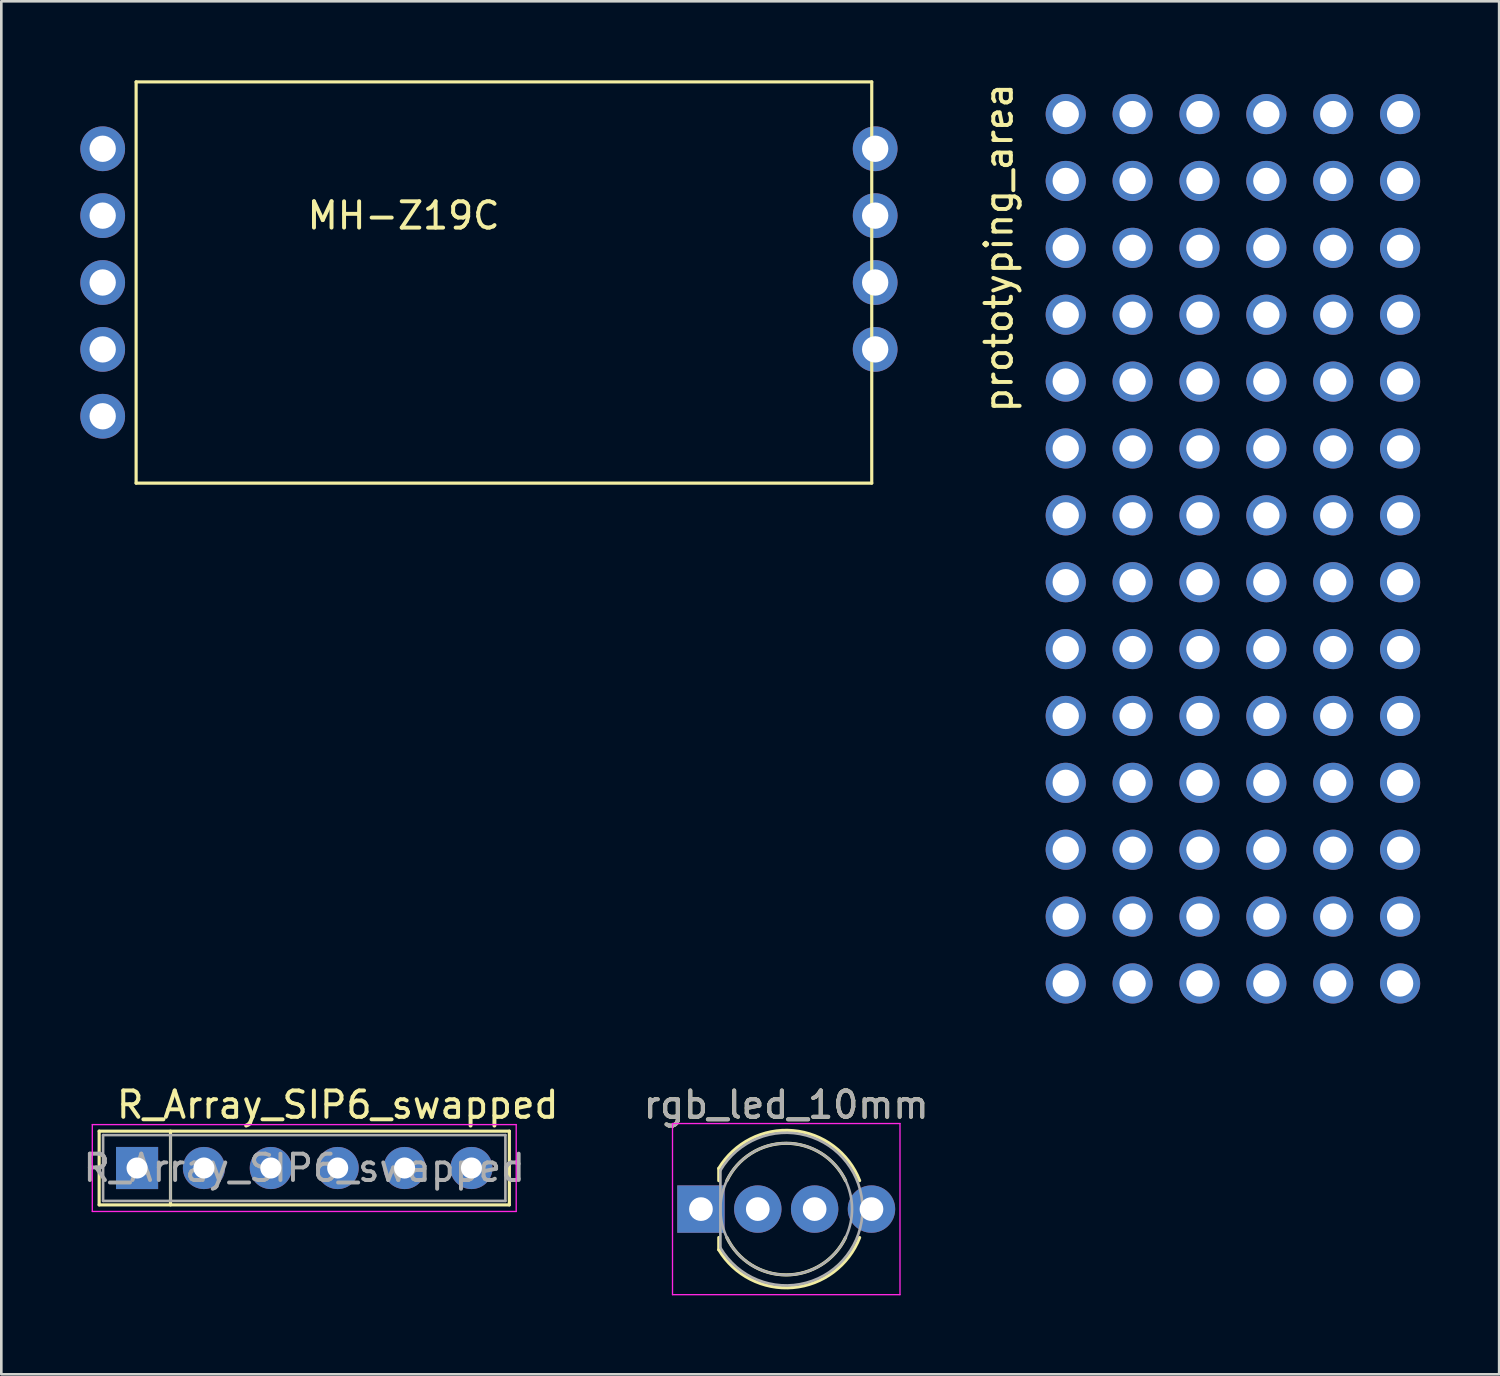
<source format=kicad_pcb>
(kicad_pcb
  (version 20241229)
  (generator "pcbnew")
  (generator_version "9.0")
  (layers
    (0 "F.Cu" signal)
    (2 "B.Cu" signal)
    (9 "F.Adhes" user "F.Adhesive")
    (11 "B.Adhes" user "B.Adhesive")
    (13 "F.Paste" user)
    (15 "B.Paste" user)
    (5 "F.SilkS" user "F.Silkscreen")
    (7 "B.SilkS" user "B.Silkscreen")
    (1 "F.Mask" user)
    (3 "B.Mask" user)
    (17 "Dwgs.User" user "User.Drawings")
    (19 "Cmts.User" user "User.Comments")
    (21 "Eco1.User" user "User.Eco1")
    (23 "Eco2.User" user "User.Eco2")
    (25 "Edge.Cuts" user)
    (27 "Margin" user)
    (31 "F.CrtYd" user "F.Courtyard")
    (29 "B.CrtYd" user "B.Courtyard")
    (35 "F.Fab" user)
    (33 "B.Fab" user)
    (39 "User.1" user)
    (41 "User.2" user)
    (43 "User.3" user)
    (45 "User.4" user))
  (footprint "R_Array_SIP6_swapped"
    (layer "F.Cu")
    (at 2.156 41.313)
    (property "Reference" "R_Array_SIP6_swapped" (at 7.62 -2.4 0) (layer "F.SilkS") (effects (font (size 1 1) (thickness 0.15))))
    (attr through_hole)
    (fp_line (start -1.44 -1.4) (end -1.44 1.4) (stroke (width 0.12) (type solid)) (layer "F.SilkS"))
    (fp_line (start -1.44 1.4) (end 14.14 1.4) (stroke (width 0.12) (type solid)) (layer "F.SilkS"))
    (fp_line (start 1.27 -1.4) (end 1.27 1.4) (stroke (width 0.12) (type solid)) (layer "F.SilkS"))
    (fp_line (start 14.14 -1.4) (end -1.44 -1.4) (stroke (width 0.12) (type solid)) (layer "F.SilkS"))
    (fp_line (start 14.14 1.4) (end 14.14 -1.4) (stroke (width 0.12) (type solid)) (layer "F.SilkS"))
    (fp_line (start -1.7 -1.65) (end -1.7 1.65) (stroke (width 0.05) (type solid)) (layer "F.CrtYd"))
    (fp_line (start -1.7 1.65) (end 14.4 1.65) (stroke (width 0.05) (type solid)) (layer "F.CrtYd"))
    (fp_line (start 14.4 -1.65) (end -1.7 -1.65) (stroke (width 0.05) (type solid)) (layer "F.CrtYd"))
    (fp_line (start 14.4 1.65) (end 14.4 -1.65) (stroke (width 0.05) (type solid)) (layer "F.CrtYd"))
    (fp_line (start -1.29 -1.25) (end -1.29 1.25) (stroke (width 0.1) (type solid)) (layer "F.Fab"))
    (fp_line (start -1.29 1.25) (end 13.99 1.25) (stroke (width 0.1) (type solid)) (layer "F.Fab"))
    (fp_line (start 1.27 -1.25) (end 1.27 1.25) (stroke (width 0.1) (type solid)) (layer "F.Fab"))
    (fp_line (start 13.99 -1.25) (end -1.29 -1.25) (stroke (width 0.1) (type solid)) (layer "F.Fab"))
    (fp_line (start 13.99 1.25) (end 13.99 -1.25) (stroke (width 0.1) (type solid)) (layer "F.Fab"))
    (fp_text user "${REFERENCE}" (at 6.35 0 0) (layer "F.Fab") (effects (font (size 1 1) (thickness 0.15))))
    (pad "1" thru_hole rect (at 0 0) (size 1.6 1.6) (drill 0.8) (layers "*.Cu" "*.Mask"))
    (pad "2" thru_hole oval (at 5.08 0) (size 1.6 1.6) (drill 0.8) (layers "*.Cu" "*.Mask"))
    (pad "3" thru_hole oval (at 10.16 0) (size 1.6 1.6) (drill 0.8) (layers "*.Cu" "*.Mask"))
    (pad "4" thru_hole oval (at 12.7 0) (size 1.6 1.6) (drill 0.8) (layers "*.Cu" "*.Mask"))
    (pad "5" thru_hole oval (at 7.62 0) (size 1.6 1.6) (drill 0.8) (layers "*.Cu" "*.Mask"))
    (pad "6" thru_hole oval (at 2.54 0) (size 1.6 1.6) (drill 0.8) (layers "*.Cu" "*.Mask")))
  (footprint "rgb_led_10mm"
    (layer "F.Cu")
    (at 23.573 42.873)
    (property "Reference" "rgb_led_10mm" (at 3.239 -3.96 180) (layer "F.SilkS") (effects (font (size 1 1) (thickness 0.15))))
    (attr through_hole)
    (fp_line (start 0.678 -1.545) (end 0.678 -1.08) (stroke (width 0.12) (type solid)) (layer "F.SilkS"))
    (fp_line (start 0.678 1.08) (end 0.678 1.545) (stroke (width 0.12) (type solid)) (layer "F.SilkS"))
    (fp_arc (start 0.6785 -1.54483) (mid 3.496956 -2.978809) (end 6.026315 -1.080827) (stroke (width 0.12) (type solid)) (layer "F.SilkS"))
    (fp_arc (start 0.983816 -1.08) (mid 3.238262 -2.5) (end 5.492979 -1.080429) (stroke (width 0.12) (type solid)) (layer "F.SilkS"))
    (fp_arc (start 5.492979 1.080429) (mid 3.238262 2.5) (end 0.983816 1.08) (stroke (width 0.12) (type solid)) (layer "F.SilkS"))
    (fp_arc (start 6.026315 1.080827) (mid 3.496956 2.978808) (end 0.6785 1.54483) (stroke (width 0.12) (type solid)) (layer "F.SilkS"))
    (fp_line (start -1.08 -3.25) (end -1.08 3.25) (stroke (width 0.05) (type solid)) (layer "F.CrtYd"))
    (fp_line (start -1.08 3.25) (end 7.56 3.25) (stroke (width 0.05) (type solid)) (layer "F.CrtYd"))
    (fp_line (start 7.56 -3.25) (end -1.08 -3.25) (stroke (width 0.05) (type solid)) (layer "F.CrtYd"))
    (fp_line (start 7.56 3.25) (end 7.56 -3.25) (stroke (width 0.05) (type solid)) (layer "F.CrtYd"))
    (fp_line (start 0.739 -1.47) (end 0.739 1.47) (stroke (width 0.1) (type solid)) (layer "F.Fab"))
    (fp_arc (start 0.7385 -1.469694) (mid 6.1385 0.000016) (end 0.738484 1.469666) (stroke (width 0.1) (type solid)) (layer "F.Fab"))
    (fp_circle (center 3.239 0) (end 5.739 0) (stroke (width 0.1) (type solid)) (fill no) (layer "F.Fab"))
    (fp_text user "${REFERENCE}" (at 3.239 -3.96 180) (layer "F.Fab") (effects (font (size 1 1) (thickness 0.15))))
    (pad "1" thru_hole rect (at 0 0) (size 1.8 1.8) (drill 0.9) (layers "*.Cu" "*.Mask"))
    (pad "2" thru_hole circle (at 6.477 0) (size 1.8 1.8) (drill 0.9) (layers "*.Cu" "*.Mask"))
    (pad "3" thru_hole circle (at 4.318 0) (size 1.8 1.8) (drill 0.9) (layers "*.Cu" "*.Mask"))
    (pad "4" thru_hole circle (at 2.159 0) (size 1.8 1.8) (drill 0.9) (layers "*.Cu" "*.Mask")))
  (footprint "MH-Z19C"
    (layer "F.Cu")
    (at 0.85 2.6)
    (property "Reference" "MH-Z19C" (at 11.43 2.54 0) (layer "F.SilkS") (effects (font (size 1 1) (thickness 0.15))))
    (attr through_hole)
    (fp_line (start 1.27 -2.54) (end 29.21 -2.54) (stroke (width 0.12) (type solid)) (layer "F.SilkS"))
    (fp_line (start 1.27 12.7) (end 1.27 -2.54) (stroke (width 0.12) (type solid)) (layer "F.SilkS"))
    (fp_line (start 29.21 -2.54) (end 29.21 12.7) (stroke (width 0.12) (type solid)) (layer "F.SilkS"))
    (fp_line (start 29.21 12.7) (end 1.27 12.7) (stroke (width 0.12) (type solid)) (layer "F.SilkS"))
    (pad "1" thru_hole circle (at 0 0) (size 1.7 1.7) (drill 1) (layers "*.Cu" "*.Mask"))
    (pad "2" thru_hole circle (at 0 2.54) (size 1.7 1.7) (drill 1) (layers "*.Cu" "*.Mask"))
    (pad "3" thru_hole circle (at 0 5.08) (size 1.7 1.7) (drill 1) (layers "*.Cu" "*.Mask"))
    (pad "4" thru_hole circle (at 0 7.62) (size 1.7 1.7) (drill 1) (layers "*.Cu" "*.Mask"))
    (pad "5" thru_hole circle (at 0 10.16) (size 1.7 1.7) (drill 1) (layers "*.Cu" "*.Mask"))
    (pad "6" thru_hole circle (at 29.34 0) (size 1.7 1.7) (drill 1) (layers "*.Cu" "*.Mask"))
    (pad "7" thru_hole circle (at 29.34 2.54) (size 1.7 1.7) (drill 1) (layers "*.Cu" "*.Mask"))
    (pad "8" thru_hole circle (at 29.34 5.08) (size 1.7 1.7) (drill 1) (layers "*.Cu" "*.Mask"))
    (pad "9" thru_hole circle (at 29.34 7.62) (size 1.7 1.7) (drill 1) (layers "*.Cu" "*.Mask")))
  (footprint "prototyping_area"
    (layer "F.Cu")
    (at 39.968 3.823)
    (property "Reference" "prototyping_area" (at -5.08 2.54 90) (layer "F.SilkS") (effects (font (size 1 1) (thickness 0.15))))
    (attr through_hole)
    (pad "1" thru_hole circle (at -2.54 -2.54) (size 1.524 1.524) (drill 1) (layers "*.Cu" "*.Mask"))
    (pad "1" thru_hole circle (at -2.54 0) (size 1.524 1.524) (drill 1) (layers "*.Cu" "*.Mask"))
    (pad "1" thru_hole circle (at -2.54 2.54) (size 1.524 1.524) (drill 1) (layers "*.Cu" "*.Mask"))
    (pad "1" thru_hole circle (at -2.54 5.08) (size 1.524 1.524) (drill 1) (layers "*.Cu" "*.Mask"))
    (pad "1" thru_hole circle (at -2.54 7.62) (size 1.524 1.524) (drill 1) (layers "*.Cu" "*.Mask"))
    (pad "1" thru_hole circle (at -2.54 10.16) (size 1.524 1.524) (drill 1) (layers "*.Cu" "*.Mask"))
    (pad "1" thru_hole circle (at -2.54 12.7) (size 1.524 1.524) (drill 1) (layers "*.Cu" "*.Mask"))
    (pad "1" thru_hole circle (at -2.54 15.24) (size 1.524 1.524) (drill 1) (layers "*.Cu" "*.Mask"))
    (pad "1" thru_hole circle (at -2.54 17.78) (size 1.524 1.524) (drill 1) (layers "*.Cu" "*.Mask"))
    (pad "1" thru_hole circle (at -2.54 20.32) (size 1.524 1.524) (drill 1) (layers "*.Cu" "*.Mask"))
    (pad "1" thru_hole circle (at -2.54 22.86) (size 1.524 1.524) (drill 1) (layers "*.Cu" "*.Mask"))
    (pad "1" thru_hole circle (at -2.54 25.4) (size 1.524 1.524) (drill 1) (layers "*.Cu" "*.Mask"))
    (pad "1" thru_hole circle (at -2.54 27.94) (size 1.524 1.524) (drill 1) (layers "*.Cu" "*.Mask"))
    (pad "1" thru_hole circle (at -2.54 30.48) (size 1.524 1.524) (drill 1) (layers "*.Cu" "*.Mask"))
    (pad "1" thru_hole circle (at 0 -2.54) (size 1.524 1.524) (drill 1) (layers "*.Cu" "*.Mask"))
    (pad "1" thru_hole circle (at 0 0) (size 1.524 1.524) (drill 1) (layers "*.Cu" "*.Mask"))
    (pad "1" thru_hole circle (at 0 2.54) (size 1.524 1.524) (drill 1) (layers "*.Cu" "*.Mask"))
    (pad "1" thru_hole circle (at 0 5.08) (size 1.524 1.524) (drill 1) (layers "*.Cu" "*.Mask"))
    (pad "1" thru_hole circle (at 0 7.62) (size 1.524 1.524) (drill 1) (layers "*.Cu" "*.Mask"))
    (pad "1" thru_hole circle (at 0 10.16) (size 1.524 1.524) (drill 1) (layers "*.Cu" "*.Mask"))
    (pad "1" thru_hole circle (at 0 12.7) (size 1.524 1.524) (drill 1) (layers "*.Cu" "*.Mask"))
    (pad "1" thru_hole circle (at 0 15.24) (size 1.524 1.524) (drill 1) (layers "*.Cu" "*.Mask"))
    (pad "1" thru_hole circle (at 0 17.78) (size 1.524 1.524) (drill 1) (layers "*.Cu" "*.Mask"))
    (pad "1" thru_hole circle (at 0 20.32) (size 1.524 1.524) (drill 1) (layers "*.Cu" "*.Mask"))
    (pad "1" thru_hole circle (at 0 22.86) (size 1.524 1.524) (drill 1) (layers "*.Cu" "*.Mask"))
    (pad "1" thru_hole circle (at 0 25.4) (size 1.524 1.524) (drill 1) (layers "*.Cu" "*.Mask"))
    (pad "1" thru_hole circle (at 0 27.94) (size 1.524 1.524) (drill 1) (layers "*.Cu" "*.Mask"))
    (pad "1" thru_hole circle (at 0 30.48) (size 1.524 1.524) (drill 1) (layers "*.Cu" "*.Mask"))
    (pad "1" thru_hole circle (at 2.54 -2.54) (size 1.524 1.524) (drill 1) (layers "*.Cu" "*.Mask"))
    (pad "1" thru_hole circle (at 2.54 0) (size 1.524 1.524) (drill 1) (layers "*.Cu" "*.Mask"))
    (pad "1" thru_hole circle (at 2.54 2.54) (size 1.524 1.524) (drill 1) (layers "*.Cu" "*.Mask"))
    (pad "1" thru_hole circle (at 2.54 5.08) (size 1.524 1.524) (drill 1) (layers "*.Cu" "*.Mask"))
    (pad "1" thru_hole circle (at 2.54 7.62) (size 1.524 1.524) (drill 1) (layers "*.Cu" "*.Mask"))
    (pad "1" thru_hole circle (at 2.54 10.16) (size 1.524 1.524) (drill 1) (layers "*.Cu" "*.Mask"))
    (pad "1" thru_hole circle (at 2.54 12.7) (size 1.524 1.524) (drill 1) (layers "*.Cu" "*.Mask"))
    (pad "1" thru_hole circle (at 2.54 15.24) (size 1.524 1.524) (drill 1) (layers "*.Cu" "*.Mask"))
    (pad "1" thru_hole circle (at 2.54 17.78) (size 1.524 1.524) (drill 1) (layers "*.Cu" "*.Mask"))
    (pad "1" thru_hole circle (at 2.54 20.32) (size 1.524 1.524) (drill 1) (layers "*.Cu" "*.Mask"))
    (pad "1" thru_hole circle (at 2.54 22.86) (size 1.524 1.524) (drill 1) (layers "*.Cu" "*.Mask"))
    (pad "1" thru_hole circle (at 2.54 25.4) (size 1.524 1.524) (drill 1) (layers "*.Cu" "*.Mask"))
    (pad "1" thru_hole circle (at 2.54 27.94) (size 1.524 1.524) (drill 1) (layers "*.Cu" "*.Mask"))
    (pad "1" thru_hole circle (at 2.54 30.48) (size 1.524 1.524) (drill 1) (layers "*.Cu" "*.Mask"))
    (pad "1" thru_hole circle (at 5.08 -2.54) (size 1.524 1.524) (drill 1) (layers "*.Cu" "*.Mask"))
    (pad "1" thru_hole circle (at 5.08 0) (size 1.524 1.524) (drill 1) (layers "*.Cu" "*.Mask"))
    (pad "1" thru_hole circle (at 5.08 2.54) (size 1.524 1.524) (drill 1) (layers "*.Cu" "*.Mask"))
    (pad "1" thru_hole circle (at 5.08 5.08) (size 1.524 1.524) (drill 1) (layers "*.Cu" "*.Mask"))
    (pad "1" thru_hole circle (at 5.08 7.62) (size 1.524 1.524) (drill 1) (layers "*.Cu" "*.Mask"))
    (pad "1" thru_hole circle (at 5.08 10.16) (size 1.524 1.524) (drill 1) (layers "*.Cu" "*.Mask"))
    (pad "1" thru_hole circle (at 5.08 12.7) (size 1.524 1.524) (drill 1) (layers "*.Cu" "*.Mask"))
    (pad "1" thru_hole circle (at 5.08 15.24) (size 1.524 1.524) (drill 1) (layers "*.Cu" "*.Mask"))
    (pad "1" thru_hole circle (at 5.08 17.78) (size 1.524 1.524) (drill 1) (layers "*.Cu" "*.Mask"))
    (pad "1" thru_hole circle (at 5.08 20.32) (size 1.524 1.524) (drill 1) (layers "*.Cu" "*.Mask"))
    (pad "1" thru_hole circle (at 5.08 22.86) (size 1.524 1.524) (drill 1) (layers "*.Cu" "*.Mask"))
    (pad "1" thru_hole circle (at 5.08 25.4) (size 1.524 1.524) (drill 1) (layers "*.Cu" "*.Mask"))
    (pad "1" thru_hole circle (at 5.08 27.94) (size 1.524 1.524) (drill 1) (layers "*.Cu" "*.Mask"))
    (pad "1" thru_hole circle (at 5.08 30.48) (size 1.524 1.524) (drill 1) (layers "*.Cu" "*.Mask"))
    (pad "1" thru_hole circle (at 7.62 -2.54) (size 1.524 1.524) (drill 1) (layers "*.Cu" "*.Mask"))
    (pad "1" thru_hole circle (at 7.62 0) (size 1.524 1.524) (drill 1) (layers "*.Cu" "*.Mask"))
    (pad "1" thru_hole circle (at 7.62 2.54) (size 1.524 1.524) (drill 1) (layers "*.Cu" "*.Mask"))
    (pad "1" thru_hole circle (at 7.62 5.08) (size 1.524 1.524) (drill 1) (layers "*.Cu" "*.Mask"))
    (pad "1" thru_hole circle (at 7.62 7.62) (size 1.524 1.524) (drill 1) (layers "*.Cu" "*.Mask"))
    (pad "1" thru_hole circle (at 7.62 10.16) (size 1.524 1.524) (drill 1) (layers "*.Cu" "*.Mask"))
    (pad "1" thru_hole circle (at 7.62 12.7) (size 1.524 1.524) (drill 1) (layers "*.Cu" "*.Mask"))
    (pad "1" thru_hole circle (at 7.62 15.24) (size 1.524 1.524) (drill 1) (layers "*.Cu" "*.Mask"))
    (pad "1" thru_hole circle (at 7.62 17.78) (size 1.524 1.524) (drill 1) (layers "*.Cu" "*.Mask"))
    (pad "1" thru_hole circle (at 7.62 20.32) (size 1.524 1.524) (drill 1) (layers "*.Cu" "*.Mask"))
    (pad "1" thru_hole circle (at 7.62 22.86) (size 1.524 1.524) (drill 1) (layers "*.Cu" "*.Mask"))
    (pad "1" thru_hole circle (at 7.62 25.4) (size 1.524 1.524) (drill 1) (layers "*.Cu" "*.Mask"))
    (pad "1" thru_hole circle (at 7.62 27.94) (size 1.524 1.524) (drill 1) (layers "*.Cu" "*.Mask"))
    (pad "1" thru_hole circle (at 7.62 30.48) (size 1.524 1.524) (drill 1) (layers "*.Cu" "*.Mask"))
    (pad "1" thru_hole circle (at 10.16 -2.54) (size 1.524 1.524) (drill 1) (layers "*.Cu" "*.Mask"))
    (pad "1" thru_hole circle (at 10.16 0) (size 1.524 1.524) (drill 1) (layers "*.Cu" "*.Mask"))
    (pad "1" thru_hole circle (at 10.16 2.54) (size 1.524 1.524) (drill 1) (layers "*.Cu" "*.Mask"))
    (pad "1" thru_hole circle (at 10.16 5.08) (size 1.524 1.524) (drill 1) (layers "*.Cu" "*.Mask"))
    (pad "1" thru_hole circle (at 10.16 7.62) (size 1.524 1.524) (drill 1) (layers "*.Cu" "*.Mask"))
    (pad "1" thru_hole circle (at 10.16 10.16) (size 1.524 1.524) (drill 1) (layers "*.Cu" "*.Mask"))
    (pad "1" thru_hole circle (at 10.16 12.7) (size 1.524 1.524) (drill 1) (layers "*.Cu" "*.Mask"))
    (pad "1" thru_hole circle (at 10.16 15.24) (size 1.524 1.524) (drill 1) (layers "*.Cu" "*.Mask"))
    (pad "1" thru_hole circle (at 10.16 17.78) (size 1.524 1.524) (drill 1) (layers "*.Cu" "*.Mask"))
    (pad "1" thru_hole circle (at 10.16 20.32) (size 1.524 1.524) (drill 1) (layers "*.Cu" "*.Mask"))
    (pad "1" thru_hole circle (at 10.16 22.86) (size 1.524 1.524) (drill 1) (layers "*.Cu" "*.Mask"))
    (pad "1" thru_hole circle (at 10.16 25.4) (size 1.524 1.524) (drill 1) (layers "*.Cu" "*.Mask"))
    (pad "1" thru_hole circle (at 10.16 27.94) (size 1.524 1.524) (drill 1) (layers "*.Cu" "*.Mask"))
    (pad "1" thru_hole circle (at 10.16 30.48) (size 1.524 1.524) (drill 1) (layers "*.Cu" "*.Mask")))
  (gr_rect
    (start -3 -3)
    (end 53.89 49.148)
    (stroke (width 0.1) (type default))
    (fill no)
    (layer "Edge.Cuts")))
</source>
